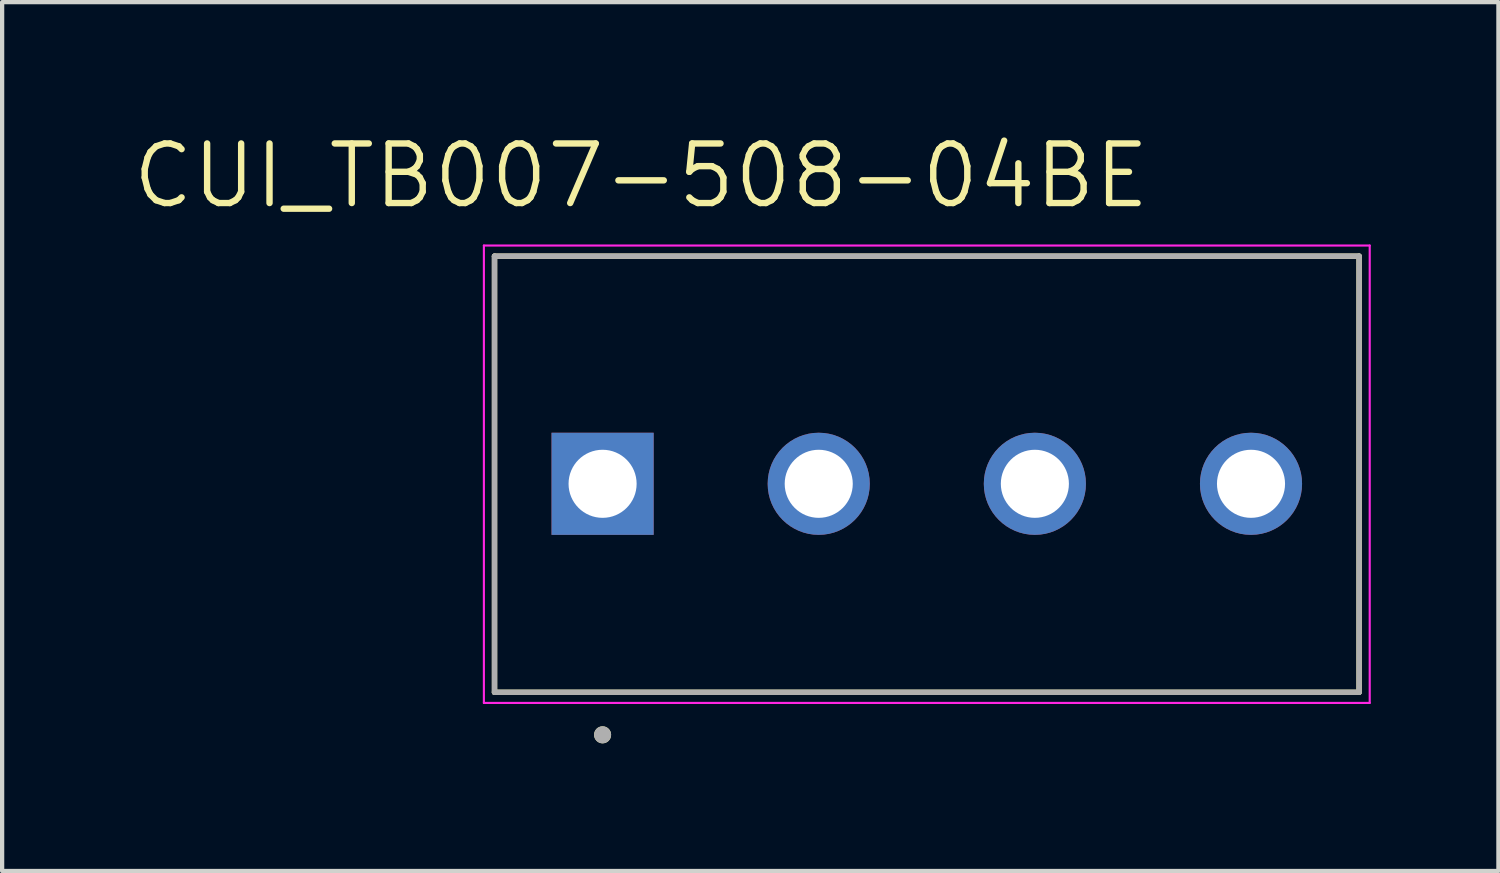
<source format=kicad_pcb>
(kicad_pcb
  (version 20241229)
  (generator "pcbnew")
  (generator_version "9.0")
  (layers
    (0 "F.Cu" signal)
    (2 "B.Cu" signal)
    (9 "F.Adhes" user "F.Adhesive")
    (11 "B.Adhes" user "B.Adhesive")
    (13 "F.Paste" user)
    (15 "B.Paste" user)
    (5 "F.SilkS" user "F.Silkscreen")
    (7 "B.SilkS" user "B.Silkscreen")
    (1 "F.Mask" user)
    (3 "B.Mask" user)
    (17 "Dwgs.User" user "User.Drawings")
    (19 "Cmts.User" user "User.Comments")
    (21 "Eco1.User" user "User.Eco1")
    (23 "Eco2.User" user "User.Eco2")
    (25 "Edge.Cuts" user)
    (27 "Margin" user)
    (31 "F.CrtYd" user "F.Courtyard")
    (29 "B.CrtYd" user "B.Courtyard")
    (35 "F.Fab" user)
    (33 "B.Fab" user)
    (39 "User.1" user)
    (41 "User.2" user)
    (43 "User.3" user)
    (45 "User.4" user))
  (footprint "CUI_TB007-508-04BE"
    (layer "F.Cu")
    (at 11.113 8.321)
    (property "Reference" "CUI_TB007-508-04BE" (at 0.905 -7.239 0) (layer "F.SilkS") (effects (font (size 1.4 1.4) (thickness 0.15))))
    (attr through_hole)
    (fp_line (start -2.54 -5.35) (end 17.78 -5.35) (stroke (width 0.127) (type solid)) (layer "F.SilkS"))
    (fp_line (start -2.54 4.9) (end -2.54 -5.35) (stroke (width 0.127) (type solid)) (layer "F.SilkS"))
    (fp_line (start 17.78 -5.35) (end 17.78 4.9) (stroke (width 0.127) (type solid)) (layer "F.SilkS"))
    (fp_line (start 17.78 4.9) (end -2.54 4.9) (stroke (width 0.127) (type solid)) (layer "F.SilkS"))
    (fp_circle (center 0 5.9) (end 0.1 5.9) (stroke (width 0.2) (type solid)) (fill no) (layer "F.SilkS"))
    (fp_line (start -2.79 -5.6) (end 18.03 -5.6) (stroke (width 0.05) (type solid)) (layer "F.CrtYd"))
    (fp_line (start -2.79 5.15) (end -2.79 -5.6) (stroke (width 0.05) (type solid)) (layer "F.CrtYd"))
    (fp_line (start 18.03 -5.6) (end 18.03 5.15) (stroke (width 0.05) (type solid)) (layer "F.CrtYd"))
    (fp_line (start 18.03 5.15) (end -2.79 5.15) (stroke (width 0.05) (type solid)) (layer "F.CrtYd"))
    (fp_line (start -2.54 -5.35) (end 17.78 -5.35) (stroke (width 0.127) (type solid)) (layer "F.Fab"))
    (fp_line (start -2.54 4.9) (end -2.54 -5.35) (stroke (width 0.127) (type solid)) (layer "F.Fab"))
    (fp_line (start 17.78 -5.35) (end 17.78 4.9) (stroke (width 0.127) (type solid)) (layer "F.Fab"))
    (fp_line (start 17.78 4.9) (end -2.54 4.9) (stroke (width 0.127) (type solid)) (layer "F.Fab"))
    (fp_circle (center 0 5.9) (end 0.1 5.9) (stroke (width 0.2) (type solid)) (fill no) (layer "F.Fab"))
    (pad "1" thru_hole rect (at 0 0) (size 2.4 2.4) (drill 1.6) (layers "*.Cu" "*.Mask"))
    (pad "2" thru_hole circle (at 5.08 0) (size 2.4 2.4) (drill 1.6) (layers "*.Cu" "*.Mask"))
    (pad "3" thru_hole circle (at 10.16 0) (size 2.4 2.4) (drill 1.6) (layers "*.Cu" "*.Mask"))
    (pad "4" thru_hole circle (at 15.24 0) (size 2.4 2.4) (drill 1.6) (layers "*.Cu" "*.Mask")))
  (gr_rect
    (start -3 -3)
    (end 32.168 17.421)
    (stroke (width 0.1) (type default))
    (fill no)
    (layer "Edge.Cuts")))
</source>
